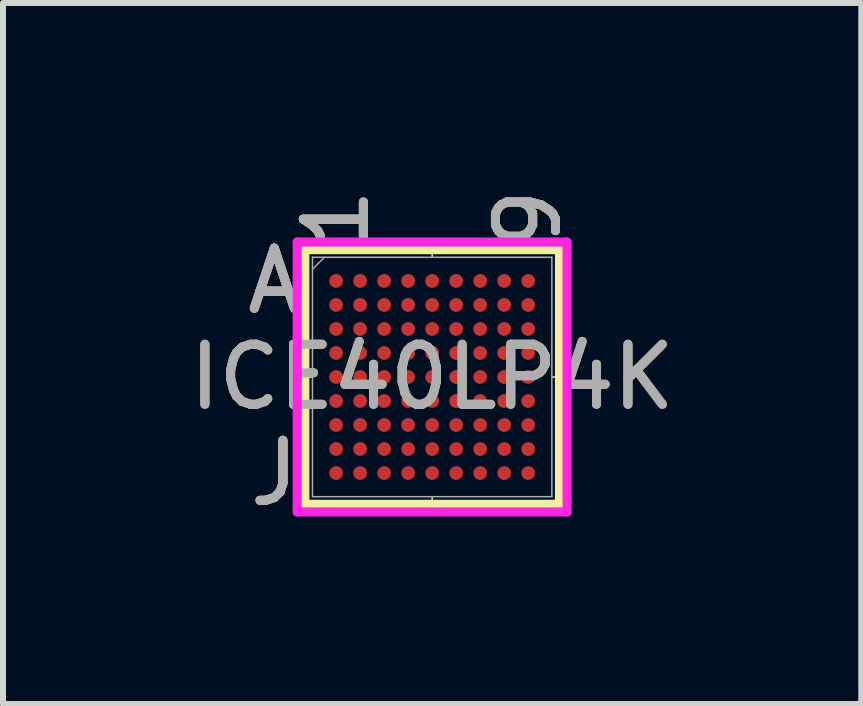
<source format=kicad_pcb>
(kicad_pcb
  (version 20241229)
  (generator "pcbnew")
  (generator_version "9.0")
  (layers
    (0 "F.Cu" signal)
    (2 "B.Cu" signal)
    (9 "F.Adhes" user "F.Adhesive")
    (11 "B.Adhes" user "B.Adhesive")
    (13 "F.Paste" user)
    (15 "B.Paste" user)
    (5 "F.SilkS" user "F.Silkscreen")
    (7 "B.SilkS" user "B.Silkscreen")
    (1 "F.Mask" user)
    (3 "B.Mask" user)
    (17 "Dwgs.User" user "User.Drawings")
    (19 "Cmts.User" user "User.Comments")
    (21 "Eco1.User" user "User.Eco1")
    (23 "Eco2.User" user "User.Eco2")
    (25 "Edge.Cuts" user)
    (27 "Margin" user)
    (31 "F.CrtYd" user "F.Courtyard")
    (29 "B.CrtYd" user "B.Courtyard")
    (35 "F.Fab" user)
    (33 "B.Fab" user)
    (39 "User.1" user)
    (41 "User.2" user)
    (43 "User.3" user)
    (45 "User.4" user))
  (footprint "ICE40LP4K"
    (layer "F.Cu")
    (at 4.149 3.23)
    (property "Reference" "ICE40LP4K" (at 0 0 0) (unlocked yes) (layer "F.SilkS") (effects (font (size 1 1) (thickness 0.15))))
    (attr smd)
    (fp_line (start -2.121 -2.121) (end -2.121 2.121) (stroke (width 0.152) (type solid)) (layer "F.SilkS"))
    (fp_line (start -2.121 2.121) (end 2.121 2.121) (stroke (width 0.152) (type solid)) (layer "F.SilkS"))
    (fp_line (start -1.994 0) (end -2.248 0) (stroke (width 0.025) (type solid)) (layer "F.SilkS"))
    (fp_line (start 0 -1.994) (end 0 -2.248) (stroke (width 0.025) (type solid)) (layer "F.SilkS"))
    (fp_line (start 0 1.994) (end 0 2.248) (stroke (width 0.025) (type solid)) (layer "F.SilkS"))
    (fp_line (start 1.994 0) (end 2.248 0) (stroke (width 0.025) (type solid)) (layer "F.SilkS"))
    (fp_line (start 2.121 -2.121) (end -2.121 -2.121) (stroke (width 0.152) (type solid)) (layer "F.SilkS"))
    (fp_line (start 2.121 2.121) (end 2.121 -2.121) (stroke (width 0.152) (type solid)) (layer "F.SilkS"))
    (fp_poly (pts (xy -2.244 -2.244) (xy 2.244 -2.244) (xy 2.244 2.244) (xy -2.244 2.244)) (stroke (width 0.1) (type solid)) (fill no) (layer "Eco2.User"))
    (fp_line (start -2.248 -2.248) (end 2.248 -2.248) (stroke (width 0.152) (type solid)) (layer "F.CrtYd"))
    (fp_line (start -2.248 2.248) (end -2.248 -2.248) (stroke (width 0.152) (type solid)) (layer "F.CrtYd"))
    (fp_line (start 2.248 -2.248) (end 2.248 2.248) (stroke (width 0.152) (type solid)) (layer "F.CrtYd"))
    (fp_line (start 2.248 2.248) (end -2.248 2.248) (stroke (width 0.152) (type solid)) (layer "F.CrtYd"))
    (fp_line (start -1.994 -1.994) (end -1.994 1.994) (stroke (width 0.025) (type solid)) (layer "F.Fab"))
    (fp_line (start -1.994 1.994) (end 1.994 1.994) (stroke (width 0.025) (type solid)) (layer "F.Fab"))
    (fp_line (start -1.794 -1.994) (end -1.994 -1.794) (stroke (width 0.025) (type solid)) (layer "F.Fab"))
    (fp_line (start 1.994 -1.994) (end -1.994 -1.994) (stroke (width 0.025) (type solid)) (layer "F.Fab"))
    (fp_line (start 1.994 1.994) (end 1.994 -1.994) (stroke (width 0.025) (type solid)) (layer "F.Fab"))
    (fp_text user "9" (at 1.6 -2.629 90) (unlocked yes) (layer "F.SilkS") (effects (font (size 1 1) (thickness 0.15))))
    (fp_text user "A" (at -2.629 -1.6 0) (unlocked yes) (layer "F.SilkS") (effects (font (size 1 1) (thickness 0.15))))
    (fp_text user "J" (at -2.629 1.6 0) (unlocked yes) (layer "F.SilkS") (effects (font (size 1 1) (thickness 0.15))))
    (fp_text user "1" (at -1.6 -2.629 90) (unlocked yes) (layer "F.SilkS") (effects (font (size 1 1) (thickness 0.15))))
    (fp_text user "J" (at -2.629 1.6 0) (unlocked yes) (layer "B.SilkS") (effects (font (size 1 1) (thickness 0.15))))
    (fp_text user "9" (at 1.6 -2.629 90) (unlocked yes) (layer "B.SilkS") (effects (font (size 1 1) (thickness 0.15))))
    (fp_text user "A" (at -2.629 -1.6 0) (unlocked yes) (layer "B.SilkS") (effects (font (size 1 1) (thickness 0.15))))
    (fp_text user "1" (at -1.6 -2.629 90) (unlocked yes) (layer "B.SilkS") (effects (font (size 1 1) (thickness 0.15))))
    (fp_text user "${REFERENCE}" (at 0 0 0) (unlocked yes) (layer "F.Fab") (effects (font (size 1 1) (thickness 0.15))))
    (fp_text user "A" (at -2.629 -1.6 0) (unlocked yes) (layer "F.Fab") (effects (font (size 1 1) (thickness 0.15))))
    (fp_text user "1" (at -1.6 -2.629 90) (unlocked yes) (layer "F.Fab") (effects (font (size 1 1) (thickness 0.15))))
    (fp_text user "9" (at 1.6 -2.629 90) (unlocked yes) (layer "F.Fab") (effects (font (size 1 1) (thickness 0.15))))
    (fp_text user "J" (at -2.629 1.6 0) (unlocked yes) (layer "F.Fab") (effects (font (size 1 1) (thickness 0.15))))
    (pad "A1" smd circle (at -1.6 -1.6) (size 0.229 0.229) (layers "F.Cu" "F.Mask" "F.Paste"))
    (pad "A2" smd circle (at -1.2 -1.6) (size 0.229 0.229) (layers "F.Cu" "F.Mask" "F.Paste"))
    (pad "A3" smd circle (at -0.8 -1.6) (size 0.229 0.229) (layers "F.Cu" "F.Mask" "F.Paste"))
    (pad "A4" smd circle (at -0.4 -1.6) (size 0.229 0.229) (layers "F.Cu" "F.Mask" "F.Paste"))
    (pad "A5" smd circle (at 0 -1.6) (size 0.229 0.229) (layers "F.Cu" "F.Mask" "F.Paste"))
    (pad "A6" smd circle (at 0.4 -1.6) (size 0.229 0.229) (layers "F.Cu" "F.Mask" "F.Paste"))
    (pad "A7" smd circle (at 0.8 -1.6) (size 0.229 0.229) (layers "F.Cu" "F.Mask" "F.Paste"))
    (pad "A8" smd circle (at 1.2 -1.6) (size 0.229 0.229) (layers "F.Cu" "F.Mask" "F.Paste"))
    (pad "A9" smd circle (at 1.6 -1.6) (size 0.229 0.229) (layers "F.Cu" "F.Mask" "F.Paste"))
    (pad "B1" smd circle (at -1.6 -1.2) (size 0.229 0.229) (layers "F.Cu" "F.Mask" "F.Paste"))
    (pad "B2" smd circle (at -1.2 -1.2) (size 0.229 0.229) (layers "F.Cu" "F.Mask" "F.Paste"))
    (pad "B3" smd circle (at -0.8 -1.2) (size 0.229 0.229) (layers "F.Cu" "F.Mask" "F.Paste"))
    (pad "B4" smd circle (at -0.4 -1.2) (size 0.229 0.229) (layers "F.Cu" "F.Mask" "F.Paste"))
    (pad "B5" smd circle (at 0 -1.2) (size 0.229 0.229) (layers "F.Cu" "F.Mask" "F.Paste"))
    (pad "B6" smd circle (at 0.4 -1.2) (size 0.229 0.229) (layers "F.Cu" "F.Mask" "F.Paste"))
    (pad "B7" smd circle (at 0.8 -1.2) (size 0.229 0.229) (layers "F.Cu" "F.Mask" "F.Paste"))
    (pad "B8" smd circle (at 1.2 -1.2) (size 0.229 0.229) (layers "F.Cu" "F.Mask" "F.Paste"))
    (pad "B9" smd circle (at 1.6 -1.2) (size 0.229 0.229) (layers "F.Cu" "F.Mask" "F.Paste"))
    (pad "C1" smd circle (at -1.6 -0.8) (size 0.229 0.229) (layers "F.Cu" "F.Mask" "F.Paste"))
    (pad "C2" smd circle (at -1.2 -0.8) (size 0.229 0.229) (layers "F.Cu" "F.Mask" "F.Paste"))
    (pad "C3" smd circle (at -0.8 -0.8) (size 0.229 0.229) (layers "F.Cu" "F.Mask" "F.Paste"))
    (pad "C4" smd circle (at -0.4 -0.8) (size 0.229 0.229) (layers "F.Cu" "F.Mask" "F.Paste"))
    (pad "C5" smd circle (at 0 -0.8) (size 0.229 0.229) (layers "F.Cu" "F.Mask" "F.Paste"))
    (pad "C6" smd circle (at 0.4 -0.8) (size 0.229 0.229) (layers "F.Cu" "F.Mask" "F.Paste"))
    (pad "C7" smd circle (at 0.8 -0.8) (size 0.229 0.229) (layers "F.Cu" "F.Mask" "F.Paste"))
    (pad "C8" smd circle (at 1.2 -0.8) (size 0.229 0.229) (layers "F.Cu" "F.Mask" "F.Paste"))
    (pad "C9" smd circle (at 1.6 -0.8) (size 0.229 0.229) (layers "F.Cu" "F.Mask" "F.Paste"))
    (pad "D1" smd circle (at -1.6 -0.4) (size 0.229 0.229) (layers "F.Cu" "F.Mask" "F.Paste"))
    (pad "D2" smd circle (at -1.2 -0.4) (size 0.229 0.229) (layers "F.Cu" "F.Mask" "F.Paste"))
    (pad "D3" smd circle (at -0.8 -0.4) (size 0.229 0.229) (layers "F.Cu" "F.Mask" "F.Paste"))
    (pad "D4" smd circle (at -0.4 -0.4) (size 0.229 0.229) (layers "F.Cu" "F.Mask" "F.Paste"))
    (pad "D5" smd circle (at 0 -0.4) (size 0.229 0.229) (layers "F.Cu" "F.Mask" "F.Paste"))
    (pad "D6" smd circle (at 0.4 -0.4) (size 0.229 0.229) (layers "F.Cu" "F.Mask" "F.Paste"))
    (pad "D7" smd circle (at 0.8 -0.4) (size 0.229 0.229) (layers "F.Cu" "F.Mask" "F.Paste"))
    (pad "D8" smd circle (at 1.2 -0.4) (size 0.229 0.229) (layers "F.Cu" "F.Mask" "F.Paste"))
    (pad "D9" smd circle (at 1.6 -0.4) (size 0.229 0.229) (layers "F.Cu" "F.Mask" "F.Paste"))
    (pad "E1" smd circle (at -1.6 0) (size 0.229 0.229) (layers "F.Cu" "F.Mask" "F.Paste"))
    (pad "E2" smd circle (at -1.2 0) (size 0.229 0.229) (layers "F.Cu" "F.Mask" "F.Paste"))
    (pad "E3" smd circle (at -0.8 0) (size 0.229 0.229) (layers "F.Cu" "F.Mask" "F.Paste"))
    (pad "E4" smd circle (at -0.4 0) (size 0.229 0.229) (layers "F.Cu" "F.Mask" "F.Paste"))
    (pad "E5" smd circle (at 0 0) (size 0.229 0.229) (layers "F.Cu" "F.Mask" "F.Paste"))
    (pad "E6" smd circle (at 0.4 0) (size 0.229 0.229) (layers "F.Cu" "F.Mask" "F.Paste"))
    (pad "E7" smd circle (at 0.8 0) (size 0.229 0.229) (layers "F.Cu" "F.Mask" "F.Paste"))
    (pad "E8" smd circle (at 1.2 0) (size 0.229 0.229) (layers "F.Cu" "F.Mask" "F.Paste"))
    (pad "E9" smd circle (at 1.6 0) (size 0.229 0.229) (layers "F.Cu" "F.Mask" "F.Paste"))
    (pad "F1" smd circle (at -1.6 0.4) (size 0.229 0.229) (layers "F.Cu" "F.Mask" "F.Paste"))
    (pad "F2" smd circle (at -1.2 0.4) (size 0.229 0.229) (layers "F.Cu" "F.Mask" "F.Paste"))
    (pad "F3" smd circle (at -0.8 0.4) (size 0.229 0.229) (layers "F.Cu" "F.Mask" "F.Paste"))
    (pad "F4" smd circle (at -0.4 0.4) (size 0.229 0.229) (layers "F.Cu" "F.Mask" "F.Paste"))
    (pad "F5" smd circle (at 0 0.4) (size 0.229 0.229) (layers "F.Cu" "F.Mask" "F.Paste"))
    (pad "F6" smd circle (at 0.4 0.4) (size 0.229 0.229) (layers "F.Cu" "F.Mask" "F.Paste"))
    (pad "F7" smd circle (at 0.8 0.4) (size 0.229 0.229) (layers "F.Cu" "F.Mask" "F.Paste"))
    (pad "F8" smd circle (at 1.2 0.4) (size 0.229 0.229) (layers "F.Cu" "F.Mask" "F.Paste"))
    (pad "F9" smd circle (at 1.6 0.4) (size 0.229 0.229) (layers "F.Cu" "F.Mask" "F.Paste"))
    (pad "G1" smd circle (at -1.6 0.8) (size 0.229 0.229) (layers "F.Cu" "F.Mask" "F.Paste"))
    (pad "G2" smd circle (at -1.2 0.8) (size 0.229 0.229) (layers "F.Cu" "F.Mask" "F.Paste"))
    (pad "G3" smd circle (at -0.8 0.8) (size 0.229 0.229) (layers "F.Cu" "F.Mask" "F.Paste"))
    (pad "G4" smd circle (at -0.4 0.8) (size 0.229 0.229) (layers "F.Cu" "F.Mask" "F.Paste"))
    (pad "G5" smd circle (at 0 0.8) (size 0.229 0.229) (layers "F.Cu" "F.Mask" "F.Paste"))
    (pad "G6" smd circle (at 0.4 0.8) (size 0.229 0.229) (layers "F.Cu" "F.Mask" "F.Paste"))
    (pad "G7" smd circle (at 0.8 0.8) (size 0.229 0.229) (layers "F.Cu" "F.Mask" "F.Paste"))
    (pad "G8" smd circle (at 1.2 0.8) (size 0.229 0.229) (layers "F.Cu" "F.Mask" "F.Paste"))
    (pad "G9" smd circle (at 1.6 0.8) (size 0.229 0.229) (layers "F.Cu" "F.Mask" "F.Paste"))
    (pad "H1" smd circle (at -1.6 1.2) (size 0.229 0.229) (layers "F.Cu" "F.Mask" "F.Paste"))
    (pad "H2" smd circle (at -1.2 1.2) (size 0.229 0.229) (layers "F.Cu" "F.Mask" "F.Paste"))
    (pad "H3" smd circle (at -0.8 1.2) (size 0.229 0.229) (layers "F.Cu" "F.Mask" "F.Paste"))
    (pad "H4" smd circle (at -0.4 1.2) (size 0.229 0.229) (layers "F.Cu" "F.Mask" "F.Paste"))
    (pad "H5" smd circle (at 0 1.2) (size 0.229 0.229) (layers "F.Cu" "F.Mask" "F.Paste"))
    (pad "H6" smd circle (at 0.4 1.2) (size 0.229 0.229) (layers "F.Cu" "F.Mask" "F.Paste"))
    (pad "H7" smd circle (at 0.8 1.2) (size 0.229 0.229) (layers "F.Cu" "F.Mask" "F.Paste"))
    (pad "H8" smd circle (at 1.2 1.2) (size 0.229 0.229) (layers "F.Cu" "F.Mask" "F.Paste"))
    (pad "H9" smd circle (at 1.6 1.2) (size 0.229 0.229) (layers "F.Cu" "F.Mask" "F.Paste"))
    (pad "J1" smd circle (at -1.6 1.6) (size 0.229 0.229) (layers "F.Cu" "F.Mask" "F.Paste"))
    (pad "J2" smd circle (at -1.2 1.6) (size 0.229 0.229) (layers "F.Cu" "F.Mask" "F.Paste"))
    (pad "J3" smd circle (at -0.8 1.6) (size 0.229 0.229) (layers "F.Cu" "F.Mask" "F.Paste"))
    (pad "J4" smd circle (at -0.4 1.6) (size 0.229 0.229) (layers "F.Cu" "F.Mask" "F.Paste"))
    (pad "J5" smd circle (at 0 1.6) (size 0.229 0.229) (layers "F.Cu" "F.Mask" "F.Paste"))
    (pad "J6" smd circle (at 0.4 1.6) (size 0.229 0.229) (layers "F.Cu" "F.Mask" "F.Paste"))
    (pad "J7" smd circle (at 0.8 1.6) (size 0.229 0.229) (layers "F.Cu" "F.Mask" "F.Paste"))
    (pad "J8" smd circle (at 1.2 1.6) (size 0.229 0.229) (layers "F.Cu" "F.Mask" "F.Paste"))
    (pad "J9" smd circle (at 1.6 1.6) (size 0.229 0.229) (layers "F.Cu" "F.Mask" "F.Paste")))
  (gr_rect
    (start -3 -3)
    (end 11.298 8.678)
    (stroke (width 0.1) (type default))
    (fill no)
    (layer "Edge.Cuts")))
</source>
